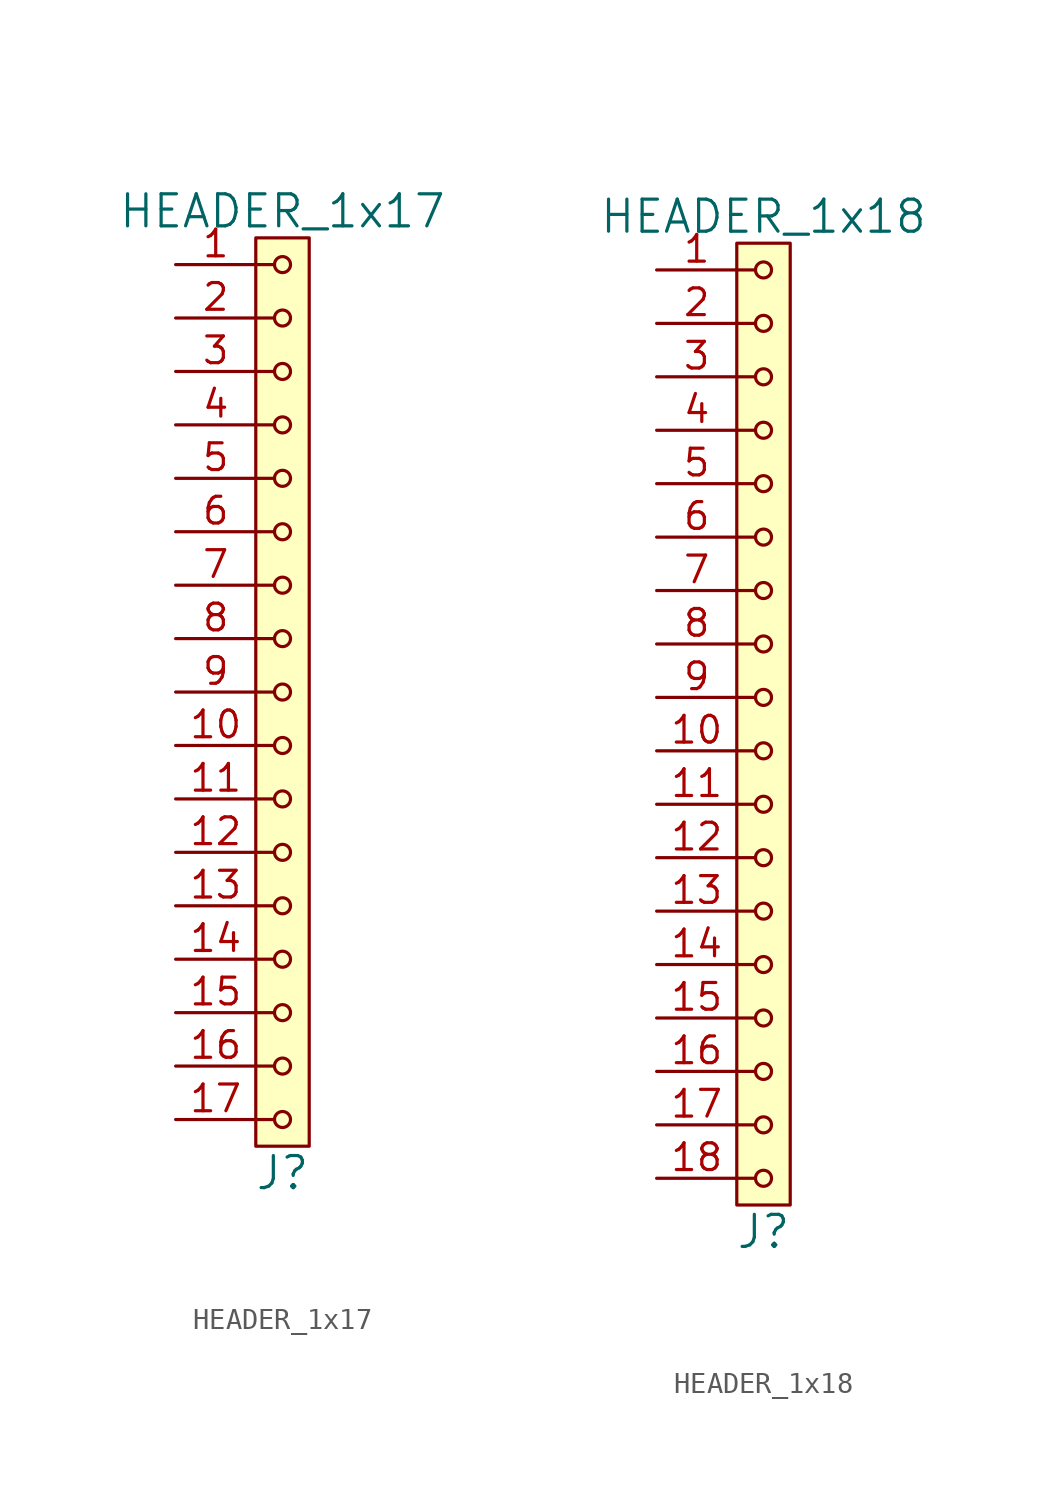
<source format=kicad_sym>
(kicad_symbol_lib
  (version 20211014)
  (generator kicad_symbol_editor)
  (symbol "HEADER_1x17"
    (pin_names
      (offset 1.016))
    (property "Reference" "J"
      (at 0 -22.86 0)
      (effects (font (size 1.524 1.524))))
    (property "Value" "HEADER_1x17"
      (at 0 22.86 0)
      (effects (font (size 1.524 1.524))))
    (property "Footprint" ""
      (at 0 20.32 0)
      (effects (font (size 1.524 1.524))))
    (property "Datasheet" ""
      (at 0 20.32 0)
      (effects (font (size 1.524 1.524))))
    (symbol "HEADER_1x17_0_1"
      (rectangle (start -1.27 21.59) (end 1.27 -21.59) (stroke (width 0) (type default) (color 0 0 0 0)) (fill (type background)))
      (circle (center 0 -20.32) (radius 0.381) (stroke (width 0) (type default) (color 0 0 0 0)) (fill (type none)))
      (circle (center 0 -17.78) (radius 0.381) (stroke (width 0) (type default) (color 0 0 0 0)) (fill (type none)))
      (circle (center 0 -15.24) (radius 0.381) (stroke (width 0) (type default) (color 0 0 0 0)) (fill (type none)))
      (circle (center 0 -12.7) (radius 0.381) (stroke (width 0) (type default) (color 0 0 0 0)) (fill (type none)))
      (circle (center 0 -10.16) (radius 0.381) (stroke (width 0) (type default) (color 0 0 0 0)) (fill (type none)))
      (circle (center 0 -7.62) (radius 0.381) (stroke (width 0) (type default) (color 0 0 0 0)) (fill (type none)))
      (circle (center 0 -5.08) (radius 0.381) (stroke (width 0) (type default) (color 0 0 0 0)) (fill (type none)))
      (circle (center 0 -2.54) (radius 0.381) (stroke (width 0) (type default) (color 0 0 0 0)) (fill (type none)))
      (polyline (pts (xy -1.27 -20.32) (xy -0.381 -20.32)) (stroke (width 0) (type default) (color 0 0 0 0)) (fill (type none)))
      (polyline (pts (xy -1.27 -17.78) (xy -0.381 -17.78)) (stroke (width 0) (type default) (color 0 0 0 0)) (fill (type none)))
      (polyline (pts (xy -1.27 -15.24) (xy -0.381 -15.24)) (stroke (width 0) (type default) (color 0 0 0 0)) (fill (type none)))
      (polyline (pts (xy -1.27 -12.7) (xy -0.381 -12.7)) (stroke (width 0) (type default) (color 0 0 0 0)) (fill (type none)))
      (polyline (pts (xy -1.27 -10.16) (xy -0.381 -10.16)) (stroke (width 0) (type default) (color 0 0 0 0)) (fill (type none)))
      (polyline (pts (xy -1.27 -7.62) (xy -0.381 -7.62)) (stroke (width 0) (type default) (color 0 0 0 0)) (fill (type none)))
      (polyline (pts (xy -1.27 -5.08) (xy -0.381 -5.08)) (stroke (width 0) (type default) (color 0 0 0 0)) (fill (type none)))
      (polyline (pts (xy -1.27 -2.54) (xy -0.381 -2.54)) (stroke (width 0) (type default) (color 0 0 0 0)) (fill (type none)))
      (polyline (pts (xy -1.27 0) (xy -0.381 0)) (stroke (width 0) (type default) (color 0 0 0 0)) (fill (type none)))
      (polyline (pts (xy -1.27 2.54) (xy -0.381 2.54)) (stroke (width 0) (type default) (color 0 0 0 0)) (fill (type none)))
      (polyline (pts (xy -1.27 5.08) (xy -0.381 5.08)) (stroke (width 0) (type default) (color 0 0 0 0)) (fill (type none)))
      (polyline (pts (xy -1.27 7.62) (xy -0.381 7.62)) (stroke (width 0) (type default) (color 0 0 0 0)) (fill (type none)))
      (polyline (pts (xy -1.27 10.16) (xy -0.381 10.16)) (stroke (width 0) (type default) (color 0 0 0 0)) (fill (type none)))
      (polyline (pts (xy -1.27 12.7) (xy -0.381 12.7)) (stroke (width 0) (type default) (color 0 0 0 0)) (fill (type none)))
      (polyline (pts (xy -1.27 15.24) (xy -0.381 15.24)) (stroke (width 0) (type default) (color 0 0 0 0)) (fill (type none)))
      (polyline (pts (xy -1.27 17.78) (xy -0.381 17.78)) (stroke (width 0) (type default) (color 0 0 0 0)) (fill (type none)))
      (polyline (pts (xy -1.27 20.32) (xy -0.381 20.32)) (stroke (width 0) (type default) (color 0 0 0 0)) (fill (type none)))
      (circle (center 0 0) (radius 0.381) (stroke (width 0) (type default) (color 0 0 0 0)) (fill (type none)))
      (circle (center 0 2.54) (radius 0.381) (stroke (width 0) (type default) (color 0 0 0 0)) (fill (type none)))
      (circle (center 0 5.08) (radius 0.381) (stroke (width 0) (type default) (color 0 0 0 0)) (fill (type none)))
      (circle (center 0 7.62) (radius 0.381) (stroke (width 0) (type default) (color 0 0 0 0)) (fill (type none)))
      (circle (center 0 10.16) (radius 0.381) (stroke (width 0) (type default) (color 0 0 0 0)) (fill (type none)))
      (circle (center 0 12.7) (radius 0.381) (stroke (width 0) (type default) (color 0 0 0 0)) (fill (type none)))
      (circle (center 0 15.24) (radius 0.381) (stroke (width 0) (type default) (color 0 0 0 0)) (fill (type none)))
      (circle (center 0 17.78) (radius 0.381) (stroke (width 0) (type default) (color 0 0 0 0)) (fill (type none)))
      (circle (center 0 20.32) (radius 0.381) (stroke (width 0) (type default) (color 0 0 0 0)) (fill (type none))))
    (symbol "HEADER_1x17_1_1"
      (pin input line (at -5.08 20.32 0) (length 3.81) (name "~" (effects (font (size 1.27 1.27)))) (number "1" (effects (font (size 1.27 1.27)))))
      (pin input line (at -5.08 -2.54 0) (length 3.81) (name "~" (effects (font (size 1.27 1.27)))) (number "10" (effects (font (size 1.27 1.27)))))
      (pin input line (at -5.08 -5.08 0) (length 3.81) (name "~" (effects (font (size 1.27 1.27)))) (number "11" (effects (font (size 1.27 1.27)))))
      (pin input line (at -5.08 -7.62 0) (length 3.81) (name "~" (effects (font (size 1.27 1.27)))) (number "12" (effects (font (size 1.27 1.27)))))
      (pin input line (at -5.08 -10.16 0) (length 3.81) (name "~" (effects (font (size 1.27 1.27)))) (number "13" (effects (font (size 1.27 1.27)))))
      (pin input line (at -5.08 -12.7 0) (length 3.81) (name "~" (effects (font (size 1.27 1.27)))) (number "14" (effects (font (size 1.27 1.27)))))
      (pin input line (at -5.08 -15.24 0) (length 3.81) (name "~" (effects (font (size 1.27 1.27)))) (number "15" (effects (font (size 1.27 1.27)))))
      (pin input line (at -5.08 -17.78 0) (length 3.81) (name "~" (effects (font (size 1.27 1.27)))) (number "16" (effects (font (size 1.27 1.27)))))
      (pin input line (at -5.08 -20.32 0) (length 3.81) (name "~" (effects (font (size 1.27 1.27)))) (number "17" (effects (font (size 1.27 1.27)))))
      (pin input line (at -5.08 17.78 0) (length 3.81) (name "~" (effects (font (size 1.27 1.27)))) (number "2" (effects (font (size 1.27 1.27)))))
      (pin input line (at -5.08 15.24 0) (length 3.81) (name "~" (effects (font (size 1.27 1.27)))) (number "3" (effects (font (size 1.27 1.27)))))
      (pin input line (at -5.08 12.7 0) (length 3.81) (name "~" (effects (font (size 1.27 1.27)))) (number "4" (effects (font (size 1.27 1.27)))))
      (pin input line (at -5.08 10.16 0) (length 3.81) (name "~" (effects (font (size 1.27 1.27)))) (number "5" (effects (font (size 1.27 1.27)))))
      (pin input line (at -5.08 7.62 0) (length 3.81) (name "~" (effects (font (size 1.27 1.27)))) (number "6" (effects (font (size 1.27 1.27)))))
      (pin input line (at -5.08 5.08 0) (length 3.81) (name "~" (effects (font (size 1.27 1.27)))) (number "7" (effects (font (size 1.27 1.27)))))
      (pin input line (at -5.08 2.54 0) (length 3.81) (name "~" (effects (font (size 1.27 1.27)))) (number "8" (effects (font (size 1.27 1.27)))))
      (pin input line (at -5.08 0 0) (length 3.81) (name "~" (effects (font (size 1.27 1.27)))) (number "9" (effects (font (size 1.27 1.27)))))))
  (symbol "HEADER_1x18"
    (pin_names
      (offset 1.016))
    (property "Reference" "J"
      (at 0 -24.13 0)
      (effects (font (size 1.524 1.524))))
    (property "Value" "HEADER_1x18"
      (at 0 24.13 0)
      (effects (font (size 1.524 1.524))))
    (property "Footprint" ""
      (at 0 21.59 0)
      (effects (font (size 1.524 1.524))))
    (property "Datasheet" ""
      (at 0 21.59 0)
      (effects (font (size 1.524 1.524))))
    (symbol "HEADER_1x18_0_1"
      (rectangle (start -1.27 22.86) (end 1.27 -22.86) (stroke (width 0) (type default) (color 0 0 0 0)) (fill (type background)))
      (circle (center 0 -21.59) (radius 0.381) (stroke (width 0) (type default) (color 0 0 0 0)) (fill (type none)))
      (circle (center 0 -19.05) (radius 0.381) (stroke (width 0) (type default) (color 0 0 0 0)) (fill (type none)))
      (circle (center 0 -16.51) (radius 0.381) (stroke (width 0) (type default) (color 0 0 0 0)) (fill (type none)))
      (circle (center 0 -13.97) (radius 0.381) (stroke (width 0) (type default) (color 0 0 0 0)) (fill (type none)))
      (circle (center 0 -11.43) (radius 0.381) (stroke (width 0) (type default) (color 0 0 0 0)) (fill (type none)))
      (circle (center 0 -8.89) (radius 0.381) (stroke (width 0) (type default) (color 0 0 0 0)) (fill (type none)))
      (circle (center 0 -6.35) (radius 0.381) (stroke (width 0) (type default) (color 0 0 0 0)) (fill (type none)))
      (circle (center 0 -3.81) (radius 0.381) (stroke (width 0) (type default) (color 0 0 0 0)) (fill (type none)))
      (circle (center 0 -1.27) (radius 0.381) (stroke (width 0) (type default) (color 0 0 0 0)) (fill (type none)))
      (polyline (pts (xy -1.27 -21.59) (xy -0.381 -21.59)) (stroke (width 0) (type default) (color 0 0 0 0)) (fill (type none)))
      (polyline (pts (xy -1.27 -19.05) (xy -0.381 -19.05)) (stroke (width 0) (type default) (color 0 0 0 0)) (fill (type none)))
      (polyline (pts (xy -1.27 -16.51) (xy -0.381 -16.51)) (stroke (width 0) (type default) (color 0 0 0 0)) (fill (type none)))
      (polyline (pts (xy -1.27 -13.97) (xy -0.381 -13.97)) (stroke (width 0) (type default) (color 0 0 0 0)) (fill (type none)))
      (polyline (pts (xy -1.27 -11.43) (xy -0.381 -11.43)) (stroke (width 0) (type default) (color 0 0 0 0)) (fill (type none)))
      (polyline (pts (xy -1.27 -8.89) (xy -0.381 -8.89)) (stroke (width 0) (type default) (color 0 0 0 0)) (fill (type none)))
      (polyline (pts (xy -1.27 -6.35) (xy -0.381 -6.35)) (stroke (width 0) (type default) (color 0 0 0 0)) (fill (type none)))
      (polyline (pts (xy -1.27 -3.81) (xy -0.381 -3.81)) (stroke (width 0) (type default) (color 0 0 0 0)) (fill (type none)))
      (polyline (pts (xy -1.27 -1.27) (xy -0.381 -1.27)) (stroke (width 0) (type default) (color 0 0 0 0)) (fill (type none)))
      (polyline (pts (xy -1.27 1.27) (xy -0.381 1.27)) (stroke (width 0) (type default) (color 0 0 0 0)) (fill (type none)))
      (polyline (pts (xy -1.27 3.81) (xy -0.381 3.81)) (stroke (width 0) (type default) (color 0 0 0 0)) (fill (type none)))
      (polyline (pts (xy -1.27 6.35) (xy -0.381 6.35)) (stroke (width 0) (type default) (color 0 0 0 0)) (fill (type none)))
      (polyline (pts (xy -1.27 8.89) (xy -0.381 8.89)) (stroke (width 0) (type default) (color 0 0 0 0)) (fill (type none)))
      (polyline (pts (xy -1.27 11.43) (xy -0.381 11.43)) (stroke (width 0) (type default) (color 0 0 0 0)) (fill (type none)))
      (polyline (pts (xy -1.27 13.97) (xy -0.381 13.97)) (stroke (width 0) (type default) (color 0 0 0 0)) (fill (type none)))
      (polyline (pts (xy -1.27 16.51) (xy -0.381 16.51)) (stroke (width 0) (type default) (color 0 0 0 0)) (fill (type none)))
      (polyline (pts (xy -1.27 19.05) (xy -0.381 19.05)) (stroke (width 0) (type default) (color 0 0 0 0)) (fill (type none)))
      (polyline (pts (xy -1.27 21.59) (xy -0.381 21.59)) (stroke (width 0) (type default) (color 0 0 0 0)) (fill (type none)))
      (circle (center 0 1.27) (radius 0.381) (stroke (width 0) (type default) (color 0 0 0 0)) (fill (type none)))
      (circle (center 0 3.81) (radius 0.381) (stroke (width 0) (type default) (color 0 0 0 0)) (fill (type none)))
      (circle (center 0 6.35) (radius 0.381) (stroke (width 0) (type default) (color 0 0 0 0)) (fill (type none)))
      (circle (center 0 8.89) (radius 0.381) (stroke (width 0) (type default) (color 0 0 0 0)) (fill (type none)))
      (circle (center 0 11.43) (radius 0.381) (stroke (width 0) (type default) (color 0 0 0 0)) (fill (type none)))
      (circle (center 0 13.97) (radius 0.381) (stroke (width 0) (type default) (color 0 0 0 0)) (fill (type none)))
      (circle (center 0 16.51) (radius 0.381) (stroke (width 0) (type default) (color 0 0 0 0)) (fill (type none)))
      (circle (center 0 19.05) (radius 0.381) (stroke (width 0) (type default) (color 0 0 0 0)) (fill (type none)))
      (circle (center 0 21.59) (radius 0.381) (stroke (width 0) (type default) (color 0 0 0 0)) (fill (type none))))
    (symbol "HEADER_1x18_1_1"
      (pin input line (at -5.08 21.59 0) (length 3.81) (name "~" (effects (font (size 1.27 1.27)))) (number "1" (effects (font (size 1.27 1.27)))))
      (pin input line (at -5.08 -1.27 0) (length 3.81) (name "~" (effects (font (size 1.27 1.27)))) (number "10" (effects (font (size 1.27 1.27)))))
      (pin input line (at -5.08 -3.81 0) (length 3.81) (name "~" (effects (font (size 1.27 1.27)))) (number "11" (effects (font (size 1.27 1.27)))))
      (pin input line (at -5.08 -6.35 0) (length 3.81) (name "~" (effects (font (size 1.27 1.27)))) (number "12" (effects (font (size 1.27 1.27)))))
      (pin input line (at -5.08 -8.89 0) (length 3.81) (name "~" (effects (font (size 1.27 1.27)))) (number "13" (effects (font (size 1.27 1.27)))))
      (pin input line (at -5.08 -11.43 0) (length 3.81) (name "~" (effects (font (size 1.27 1.27)))) (number "14" (effects (font (size 1.27 1.27)))))
      (pin input line (at -5.08 -13.97 0) (length 3.81) (name "~" (effects (font (size 1.27 1.27)))) (number "15" (effects (font (size 1.27 1.27)))))
      (pin input line (at -5.08 -16.51 0) (length 3.81) (name "~" (effects (font (size 1.27 1.27)))) (number "16" (effects (font (size 1.27 1.27)))))
      (pin input line (at -5.08 -19.05 0) (length 3.81) (name "~" (effects (font (size 1.27 1.27)))) (number "17" (effects (font (size 1.27 1.27)))))
      (pin input line (at -5.08 -21.59 0) (length 3.81) (name "~" (effects (font (size 1.27 1.27)))) (number "18" (effects (font (size 1.27 1.27)))))
      (pin input line (at -5.08 19.05 0) (length 3.81) (name "~" (effects (font (size 1.27 1.27)))) (number "2" (effects (font (size 1.27 1.27)))))
      (pin input line (at -5.08 16.51 0) (length 3.81) (name "~" (effects (font (size 1.27 1.27)))) (number "3" (effects (font (size 1.27 1.27)))))
      (pin input line (at -5.08 13.97 0) (length 3.81) (name "~" (effects (font (size 1.27 1.27)))) (number "4" (effects (font (size 1.27 1.27)))))
      (pin input line (at -5.08 11.43 0) (length 3.81) (name "~" (effects (font (size 1.27 1.27)))) (number "5" (effects (font (size 1.27 1.27)))))
      (pin input line (at -5.08 8.89 0) (length 3.81) (name "~" (effects (font (size 1.27 1.27)))) (number "6" (effects (font (size 1.27 1.27)))))
      (pin input line (at -5.08 6.35 0) (length 3.81) (name "~" (effects (font (size 1.27 1.27)))) (number "7" (effects (font (size 1.27 1.27)))))
      (pin input line (at -5.08 3.81 0) (length 3.81) (name "~" (effects (font (size 1.27 1.27)))) (number "8" (effects (font (size 1.27 1.27)))))
      (pin input line (at -5.08 1.27 0) (length 3.81) (name "~" (effects (font (size 1.27 1.27)))) (number "9" (effects (font (size 1.27 1.27))))))))
</source>
